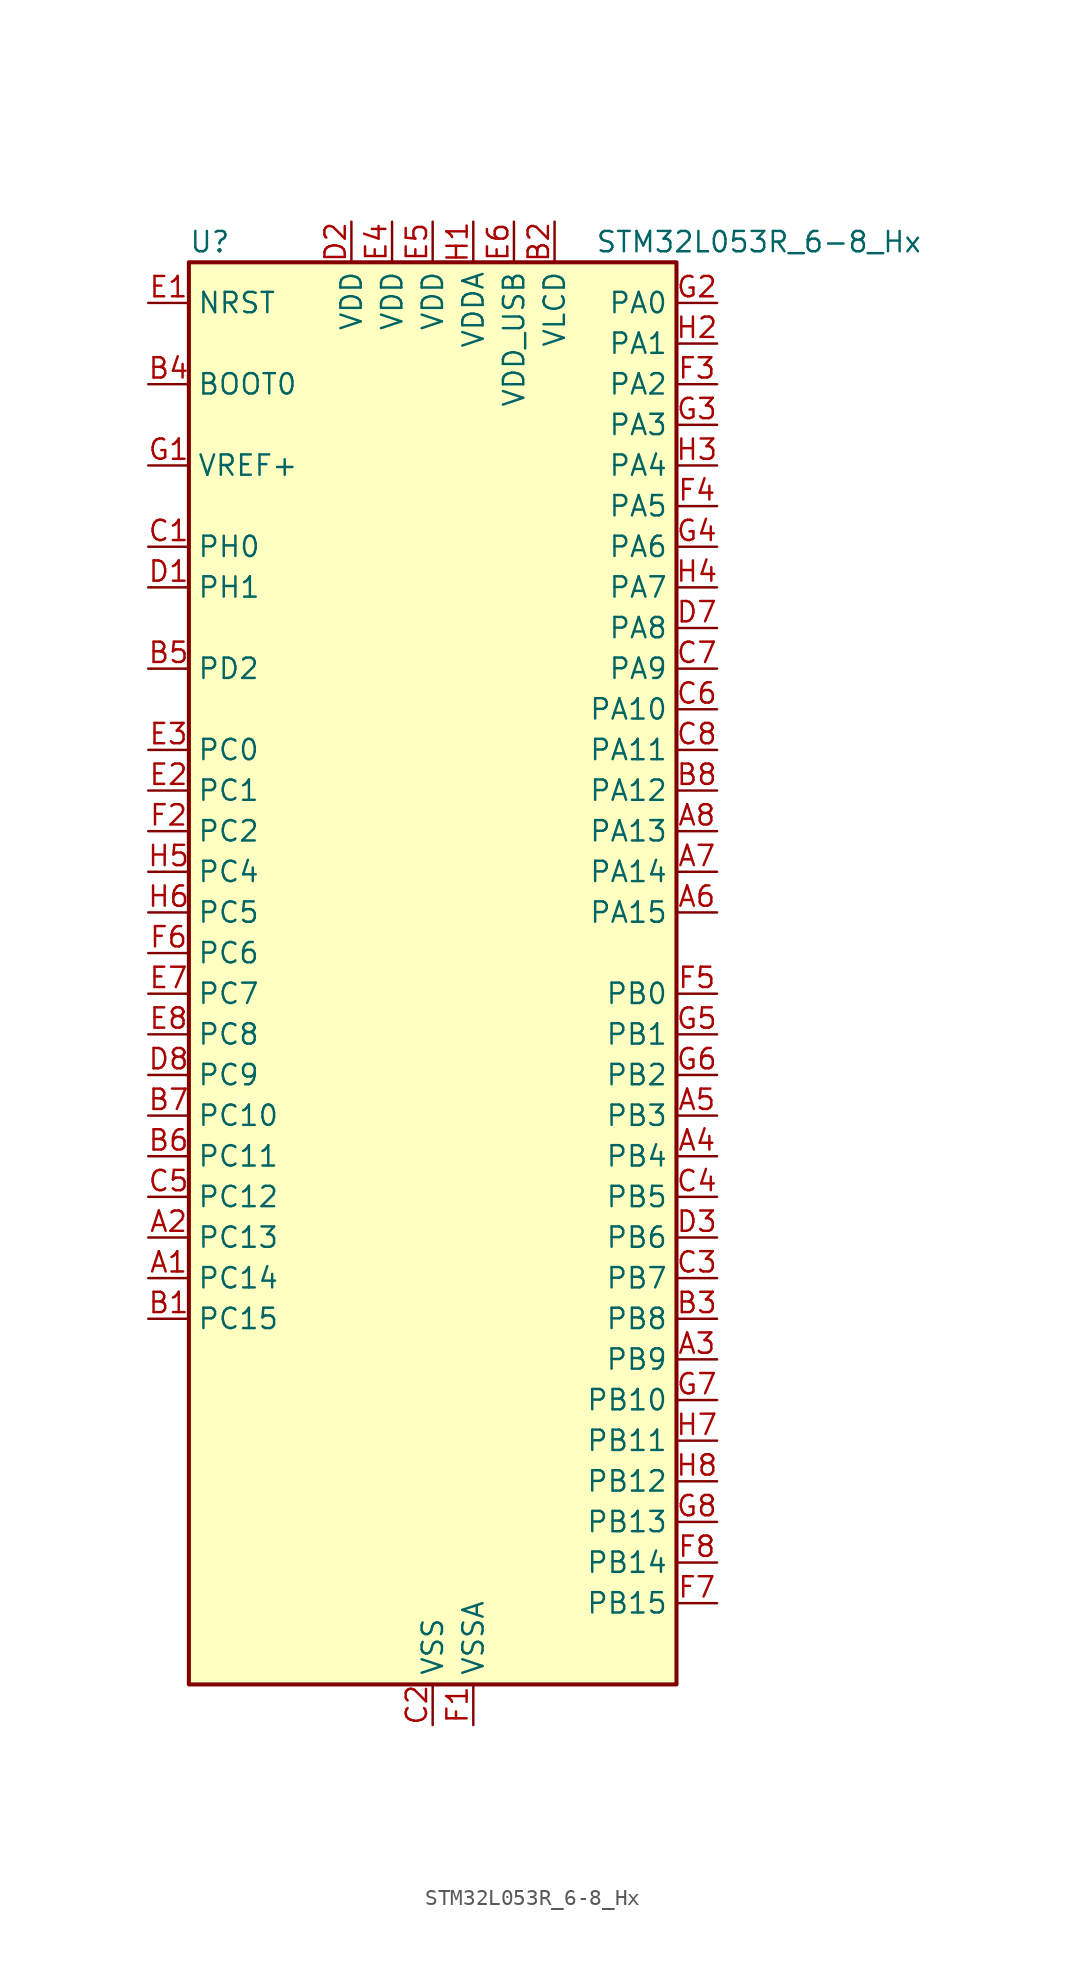
<source format=kicad_sym>
(kicad_symbol_lib
  (version 20231120)
  (generator "kicad_symbol_editor")
  (generator_version "8.0")
  (symbol "STM32L053R_6-8_Hx"
    (property "Reference" "U"
      (at -15.24 46.99 0)
      (effects (font (size 1.27 1.27)) (justify left)))
    (property "Value" "STM32L053R_6-8_Hx"
      (at 10.16 46.99 0)
      (effects (font (size 1.27 1.27)) (justify left)))
    (property "ki_locked" ""
      (at 0 0 0)
      (effects (font (size 1.27 1.27))))
    (symbol "STM32L053R_6-8_Hx_0_1"
      (rectangle (start -15.24 -43.18) (end 15.24 45.72) (stroke (width 0.254) (type default)) (fill (type background))))
    (symbol "STM32L053R_6-8_Hx_1_1"
      (pin bidirectional line (at -17.78 -17.78 0) (length 2.54) (name "PC14" (effects (font (size 1.27 1.27)))) (number "A1" (effects (font (size 1.27 1.27)))) (alternate "RCC_OSC32_IN" bidirectional line))
      (pin bidirectional line (at -17.78 -15.24 0) (length 2.54) (name "PC13" (effects (font (size 1.27 1.27)))) (number "A2" (effects (font (size 1.27 1.27)))) (alternate "RTC_OUT_ALARM" bidirectional line) (alternate "RTC_OUT_CALIB" bidirectional line) (alternate "RTC_TAMP1" bidirectional line) (alternate "RTC_TS" bidirectional line) (alternate "SYS_WKUP2" bidirectional line))
      (pin bidirectional line (at 17.78 -22.86 180) (length 2.54) (name "PB9" (effects (font (size 1.27 1.27)))) (number "A3" (effects (font (size 1.27 1.27)))) (alternate "DAC_EXTI9" bidirectional line) (alternate "I2C1_SDA" bidirectional line) (alternate "I2S2_WS" bidirectional line) (alternate "LCD_COM3" bidirectional line) (alternate "SPI2_NSS" bidirectional line))
      (pin bidirectional line (at 17.78 -10.16 180) (length 2.54) (name "PB4" (effects (font (size 1.27 1.27)))) (number "A4" (effects (font (size 1.27 1.27)))) (alternate "COMP2_INP" bidirectional line) (alternate "LCD_SEG8" bidirectional line) (alternate "SPI1_MISO" bidirectional line) (alternate "TIM22_CH1" bidirectional line) (alternate "TSC_G5_IO2" bidirectional line))
      (pin bidirectional line (at 17.78 -7.62 180) (length 2.54) (name "PB3" (effects (font (size 1.27 1.27)))) (number "A5" (effects (font (size 1.27 1.27)))) (alternate "COMP2_INM" bidirectional line) (alternate "LCD_SEG7" bidirectional line) (alternate "SPI1_SCK" bidirectional line) (alternate "TIM2_CH2" bidirectional line) (alternate "TSC_G5_IO1" bidirectional line))
      (pin bidirectional line (at 17.78 5.08 180) (length 2.54) (name "PA15" (effects (font (size 1.27 1.27)))) (number "A6" (effects (font (size 1.27 1.27)))) (alternate "LCD_SEG17" bidirectional line) (alternate "SPI1_NSS" bidirectional line) (alternate "TIM2_CH1" bidirectional line) (alternate "TIM2_ETR" bidirectional line) (alternate "USART2_RX" bidirectional line))
      (pin bidirectional line (at 17.78 7.62 180) (length 2.54) (name "PA14" (effects (font (size 1.27 1.27)))) (number "A7" (effects (font (size 1.27 1.27)))) (alternate "SYS_SWCLK" bidirectional line) (alternate "USART2_TX" bidirectional line))
      (pin bidirectional line (at 17.78 10.16 180) (length 2.54) (name "PA13" (effects (font (size 1.27 1.27)))) (number "A8" (effects (font (size 1.27 1.27)))) (alternate "SYS_SWDIO" bidirectional line) (alternate "USB_NOE" bidirectional line))
      (pin bidirectional line (at -17.78 -20.32 0) (length 2.54) (name "PC15" (effects (font (size 1.27 1.27)))) (number "B1" (effects (font (size 1.27 1.27)))) (alternate "RCC_OSC32_OUT" bidirectional line))
      (pin power_in line (at 7.62 48.26 270) (length 2.54) (name "VLCD" (effects (font (size 1.27 1.27)))) (number "B2" (effects (font (size 1.27 1.27)))))
      (pin bidirectional line (at 17.78 -20.32 180) (length 2.54) (name "PB8" (effects (font (size 1.27 1.27)))) (number "B3" (effects (font (size 1.27 1.27)))) (alternate "I2C1_SCL" bidirectional line) (alternate "LCD_SEG16" bidirectional line) (alternate "TSC_SYNC" bidirectional line))
      (pin input line (at -17.78 38.1 0) (length 2.54) (name "BOOT0" (effects (font (size 1.27 1.27)))) (number "B4" (effects (font (size 1.27 1.27)))))
      (pin bidirectional line (at -17.78 20.32 0) (length 2.54) (name "PD2" (effects (font (size 1.27 1.27)))) (number "B5" (effects (font (size 1.27 1.27)))) (alternate "LCD_COM7" bidirectional line) (alternate "LCD_SEG31" bidirectional line) (alternate "LPUART1_DE" bidirectional line) (alternate "LPUART1_RTS" bidirectional line))
      (pin bidirectional line (at -17.78 -10.16 0) (length 2.54) (name "PC11" (effects (font (size 1.27 1.27)))) (number "B6" (effects (font (size 1.27 1.27)))) (alternate "ADC_EXTI11" bidirectional line) (alternate "LCD_COM5" bidirectional line) (alternate "LCD_SEG29" bidirectional line) (alternate "LPUART1_RX" bidirectional line))
      (pin bidirectional line (at -17.78 -7.62 0) (length 2.54) (name "PC10" (effects (font (size 1.27 1.27)))) (number "B7" (effects (font (size 1.27 1.27)))) (alternate "LCD_COM4" bidirectional line) (alternate "LCD_SEG28" bidirectional line) (alternate "LPUART1_TX" bidirectional line))
      (pin bidirectional line (at 17.78 12.7 180) (length 2.54) (name "PA12" (effects (font (size 1.27 1.27)))) (number "B8" (effects (font (size 1.27 1.27)))) (alternate "COMP2_OUT" bidirectional line) (alternate "SPI1_MOSI" bidirectional line) (alternate "TSC_G4_IO4" bidirectional line) (alternate "USART1_DE" bidirectional line) (alternate "USART1_RTS" bidirectional line) (alternate "USB_DP" bidirectional line))
      (pin bidirectional line (at -17.78 27.94 0) (length 2.54) (name "PH0" (effects (font (size 1.27 1.27)))) (number "C1" (effects (font (size 1.27 1.27)))) (alternate "CRS_SYNC" bidirectional line) (alternate "RCC_OSC_IN" bidirectional line))
      (pin power_in line (at 0 -45.72 90) (length 2.54) (name "VSS" (effects (font (size 1.27 1.27)))) (number "C2" (effects (font (size 1.27 1.27)))))
      (pin bidirectional line (at 17.78 -17.78 180) (length 2.54) (name "PB7" (effects (font (size 1.27 1.27)))) (number "C3" (effects (font (size 1.27 1.27)))) (alternate "COMP2_INP" bidirectional line) (alternate "I2C1_SDA" bidirectional line) (alternate "LPTIM1_IN2" bidirectional line) (alternate "SYS_PVD_IN" bidirectional line) (alternate "TSC_G5_IO4" bidirectional line) (alternate "USART1_RX" bidirectional line))
      (pin bidirectional line (at 17.78 -12.7 180) (length 2.54) (name "PB5" (effects (font (size 1.27 1.27)))) (number "C4" (effects (font (size 1.27 1.27)))) (alternate "COMP2_INP" bidirectional line) (alternate "I2C1_SMBA" bidirectional line) (alternate "LCD_SEG9" bidirectional line) (alternate "LPTIM1_IN1" bidirectional line) (alternate "SPI1_MOSI" bidirectional line) (alternate "TIM22_CH2" bidirectional line))
      (pin bidirectional line (at -17.78 -12.7 0) (length 2.54) (name "PC12" (effects (font (size 1.27 1.27)))) (number "C5" (effects (font (size 1.27 1.27)))) (alternate "LCD_COM6" bidirectional line) (alternate "LCD_SEG30" bidirectional line))
      (pin bidirectional line (at 17.78 17.78 180) (length 2.54) (name "PA10" (effects (font (size 1.27 1.27)))) (number "C6" (effects (font (size 1.27 1.27)))) (alternate "LCD_COM2" bidirectional line) (alternate "TSC_G4_IO2" bidirectional line) (alternate "USART1_RX" bidirectional line))
      (pin bidirectional line (at 17.78 20.32 180) (length 2.54) (name "PA9" (effects (font (size 1.27 1.27)))) (number "C7" (effects (font (size 1.27 1.27)))) (alternate "DAC_EXTI9" bidirectional line) (alternate "LCD_COM1" bidirectional line) (alternate "RCC_MCO" bidirectional line) (alternate "TSC_G4_IO1" bidirectional line) (alternate "USART1_TX" bidirectional line))
      (pin bidirectional line (at 17.78 15.24 180) (length 2.54) (name "PA11" (effects (font (size 1.27 1.27)))) (number "C8" (effects (font (size 1.27 1.27)))) (alternate "ADC_EXTI11" bidirectional line) (alternate "COMP1_OUT" bidirectional line) (alternate "SPI1_MISO" bidirectional line) (alternate "TSC_G4_IO3" bidirectional line) (alternate "USART1_CTS" bidirectional line) (alternate "USB_DM" bidirectional line))
      (pin bidirectional line (at -17.78 25.4 0) (length 2.54) (name "PH1" (effects (font (size 1.27 1.27)))) (number "D1" (effects (font (size 1.27 1.27)))) (alternate "RCC_OSC_OUT" bidirectional line))
      (pin power_in line (at -5.08 48.26 270) (length 2.54) (name "VDD" (effects (font (size 1.27 1.27)))) (number "D2" (effects (font (size 1.27 1.27)))))
      (pin bidirectional line (at 17.78 -15.24 180) (length 2.54) (name "PB6" (effects (font (size 1.27 1.27)))) (number "D3" (effects (font (size 1.27 1.27)))) (alternate "COMP2_INP" bidirectional line) (alternate "I2C1_SCL" bidirectional line) (alternate "LPTIM1_ETR" bidirectional line) (alternate "TSC_G5_IO3" bidirectional line) (alternate "USART1_TX" bidirectional line))
      (pin passive line (at 0 -45.72 90) (length 2.54) hide (name "VSS" (effects (font (size 1.27 1.27)))) (number "D4" (effects (font (size 1.27 1.27)))))
      (pin passive line (at 0 -45.72 90) (length 2.54) hide (name "VSS" (effects (font (size 1.27 1.27)))) (number "D5" (effects (font (size 1.27 1.27)))))
      (pin passive line (at 0 -45.72 90) (length 2.54) hide (name "VSS" (effects (font (size 1.27 1.27)))) (number "D6" (effects (font (size 1.27 1.27)))))
      (pin bidirectional line (at 17.78 22.86 180) (length 2.54) (name "PA8" (effects (font (size 1.27 1.27)))) (number "D7" (effects (font (size 1.27 1.27)))) (alternate "CRS_SYNC" bidirectional line) (alternate "LCD_COM0" bidirectional line) (alternate "RCC_MCO" bidirectional line) (alternate "USART1_CK" bidirectional line))
      (pin bidirectional line (at -17.78 -5.08 0) (length 2.54) (name "PC9" (effects (font (size 1.27 1.27)))) (number "D8" (effects (font (size 1.27 1.27)))) (alternate "DAC_EXTI9" bidirectional line) (alternate "LCD_SEG27" bidirectional line) (alternate "TIM21_ETR" bidirectional line) (alternate "TSC_G8_IO4" bidirectional line) (alternate "USB_NOE" bidirectional line))
      (pin input line (at -17.78 43.18 0) (length 2.54) (name "NRST" (effects (font (size 1.27 1.27)))) (number "E1" (effects (font (size 1.27 1.27)))))
      (pin bidirectional line (at -17.78 12.7 0) (length 2.54) (name "PC1" (effects (font (size 1.27 1.27)))) (number "E2" (effects (font (size 1.27 1.27)))) (alternate "ADC_IN11" bidirectional line) (alternate "LCD_SEG19" bidirectional line) (alternate "LPTIM1_OUT" bidirectional line) (alternate "TSC_G7_IO2" bidirectional line))
      (pin bidirectional line (at -17.78 15.24 0) (length 2.54) (name "PC0" (effects (font (size 1.27 1.27)))) (number "E3" (effects (font (size 1.27 1.27)))) (alternate "ADC_IN10" bidirectional line) (alternate "LCD_SEG18" bidirectional line) (alternate "LPTIM1_IN1" bidirectional line) (alternate "TSC_G7_IO1" bidirectional line))
      (pin power_in line (at -2.54 48.26 270) (length 2.54) (name "VDD" (effects (font (size 1.27 1.27)))) (number "E4" (effects (font (size 1.27 1.27)))))
      (pin power_in line (at 0 48.26 270) (length 2.54) (name "VDD" (effects (font (size 1.27 1.27)))) (number "E5" (effects (font (size 1.27 1.27)))))
      (pin power_in line (at 5.08 48.26 270) (length 2.54) (name "VDD_USB" (effects (font (size 1.27 1.27)))) (number "E6" (effects (font (size 1.27 1.27)))))
      (pin bidirectional line (at -17.78 0 0) (length 2.54) (name "PC7" (effects (font (size 1.27 1.27)))) (number "E7" (effects (font (size 1.27 1.27)))) (alternate "LCD_SEG25" bidirectional line) (alternate "TIM22_CH2" bidirectional line) (alternate "TSC_G8_IO2" bidirectional line))
      (pin bidirectional line (at -17.78 -2.54 0) (length 2.54) (name "PC8" (effects (font (size 1.27 1.27)))) (number "E8" (effects (font (size 1.27 1.27)))) (alternate "LCD_SEG26" bidirectional line) (alternate "TIM22_ETR" bidirectional line) (alternate "TSC_G8_IO3" bidirectional line))
      (pin power_in line (at 2.54 -45.72 90) (length 2.54) (name "VSSA" (effects (font (size 1.27 1.27)))) (number "F1" (effects (font (size 1.27 1.27)))))
      (pin bidirectional line (at -17.78 10.16 0) (length 2.54) (name "PC2" (effects (font (size 1.27 1.27)))) (number "F2" (effects (font (size 1.27 1.27)))) (alternate "ADC_IN12" bidirectional line) (alternate "I2S2_MCK" bidirectional line) (alternate "LCD_SEG20" bidirectional line) (alternate "LPTIM1_IN2" bidirectional line) (alternate "SPI2_MISO" bidirectional line) (alternate "TSC_G7_IO3" bidirectional line))
      (pin bidirectional line (at 17.78 38.1 180) (length 2.54) (name "PA2" (effects (font (size 1.27 1.27)))) (number "F3" (effects (font (size 1.27 1.27)))) (alternate "ADC_IN2" bidirectional line) (alternate "COMP2_INM" bidirectional line) (alternate "COMP2_OUT" bidirectional line) (alternate "LCD_SEG1" bidirectional line) (alternate "TIM21_CH1" bidirectional line) (alternate "TIM2_CH3" bidirectional line) (alternate "TSC_G1_IO3" bidirectional line) (alternate "USART2_TX" bidirectional line))
      (pin bidirectional line (at 17.78 30.48 180) (length 2.54) (name "PA5" (effects (font (size 1.27 1.27)))) (number "F4" (effects (font (size 1.27 1.27)))) (alternate "ADC_IN5" bidirectional line) (alternate "COMP1_INM" bidirectional line) (alternate "COMP2_INM" bidirectional line) (alternate "SPI1_SCK" bidirectional line) (alternate "TIM2_CH1" bidirectional line) (alternate "TIM2_ETR" bidirectional line) (alternate "TSC_G2_IO2" bidirectional line))
      (pin bidirectional line (at 17.78 0 180) (length 2.54) (name "PB0" (effects (font (size 1.27 1.27)))) (number "F5" (effects (font (size 1.27 1.27)))) (alternate "ADC_IN8" bidirectional line) (alternate "LCD_SEG5" bidirectional line) (alternate "LCD_VLCD3" bidirectional line) (alternate "SYS_VREF_OUT_PB0" bidirectional line) (alternate "TSC_G3_IO2" bidirectional line))
      (pin bidirectional line (at -17.78 2.54 0) (length 2.54) (name "PC6" (effects (font (size 1.27 1.27)))) (number "F6" (effects (font (size 1.27 1.27)))) (alternate "LCD_SEG24" bidirectional line) (alternate "TIM22_CH1" bidirectional line) (alternate "TSC_G8_IO1" bidirectional line))
      (pin bidirectional line (at 17.78 -38.1 180) (length 2.54) (name "PB15" (effects (font (size 1.27 1.27)))) (number "F7" (effects (font (size 1.27 1.27)))) (alternate "I2S2_SD" bidirectional line) (alternate "LCD_SEG15" bidirectional line) (alternate "RTC_REFIN" bidirectional line) (alternate "SPI2_MOSI" bidirectional line))
      (pin bidirectional line (at 17.78 -35.56 180) (length 2.54) (name "PB14" (effects (font (size 1.27 1.27)))) (number "F8" (effects (font (size 1.27 1.27)))) (alternate "I2C2_SDA" bidirectional line) (alternate "I2S2_MCK" bidirectional line) (alternate "LCD_SEG14" bidirectional line) (alternate "LPUART1_DE" bidirectional line) (alternate "LPUART1_RTS" bidirectional line) (alternate "RTC_OUT_ALARM" bidirectional line) (alternate "RTC_OUT_CALIB" bidirectional line) (alternate "SPI2_MISO" bidirectional line) (alternate "TIM21_CH2" bidirectional line) (alternate "TSC_G6_IO4" bidirectional line))
      (pin input line (at -17.78 33.02 0) (length 2.54) (name "VREF+" (effects (font (size 1.27 1.27)))) (number "G1" (effects (font (size 1.27 1.27)))))
      (pin bidirectional line (at 17.78 43.18 180) (length 2.54) (name "PA0" (effects (font (size 1.27 1.27)))) (number "G2" (effects (font (size 1.27 1.27)))) (alternate "ADC_IN0" bidirectional line) (alternate "COMP1_INM" bidirectional line) (alternate "COMP1_OUT" bidirectional line) (alternate "RTC_TAMP2" bidirectional line) (alternate "SYS_WKUP1" bidirectional line) (alternate "TIM2_CH1" bidirectional line) (alternate "TIM2_ETR" bidirectional line) (alternate "TSC_G1_IO1" bidirectional line) (alternate "USART2_CTS" bidirectional line))
      (pin bidirectional line (at 17.78 35.56 180) (length 2.54) (name "PA3" (effects (font (size 1.27 1.27)))) (number "G3" (effects (font (size 1.27 1.27)))) (alternate "ADC_IN3" bidirectional line) (alternate "COMP2_INP" bidirectional line) (alternate "LCD_SEG2" bidirectional line) (alternate "TIM21_CH2" bidirectional line) (alternate "TIM2_CH4" bidirectional line) (alternate "TSC_G1_IO4" bidirectional line) (alternate "USART2_RX" bidirectional line))
      (pin bidirectional line (at 17.78 27.94 180) (length 2.54) (name "PA6" (effects (font (size 1.27 1.27)))) (number "G4" (effects (font (size 1.27 1.27)))) (alternate "ADC_IN6" bidirectional line) (alternate "COMP1_OUT" bidirectional line) (alternate "LCD_SEG3" bidirectional line) (alternate "LPUART1_CTS" bidirectional line) (alternate "SPI1_MISO" bidirectional line) (alternate "TIM22_CH1" bidirectional line) (alternate "TSC_G2_IO3" bidirectional line))
      (pin bidirectional line (at 17.78 -2.54 180) (length 2.54) (name "PB1" (effects (font (size 1.27 1.27)))) (number "G5" (effects (font (size 1.27 1.27)))) (alternate "ADC_IN9" bidirectional line) (alternate "LCD_SEG6" bidirectional line) (alternate "LPUART1_DE" bidirectional line) (alternate "LPUART1_RTS" bidirectional line) (alternate "SYS_VREF_OUT_PB1" bidirectional line) (alternate "TSC_G3_IO3" bidirectional line))
      (pin bidirectional line (at 17.78 -5.08 180) (length 2.54) (name "PB2" (effects (font (size 1.27 1.27)))) (number "G6" (effects (font (size 1.27 1.27)))) (alternate "LCD_VLCD2" bidirectional line) (alternate "LPTIM1_OUT" bidirectional line) (alternate "TSC_G3_IO4" bidirectional line))
      (pin bidirectional line (at 17.78 -25.4 180) (length 2.54) (name "PB10" (effects (font (size 1.27 1.27)))) (number "G7" (effects (font (size 1.27 1.27)))) (alternate "I2C2_SCL" bidirectional line) (alternate "LCD_SEG10" bidirectional line) (alternate "LPUART1_TX" bidirectional line) (alternate "SPI2_SCK" bidirectional line) (alternate "TIM2_CH3" bidirectional line) (alternate "TSC_SYNC" bidirectional line))
      (pin bidirectional line (at 17.78 -33.02 180) (length 2.54) (name "PB13" (effects (font (size 1.27 1.27)))) (number "G8" (effects (font (size 1.27 1.27)))) (alternate "I2C2_SCL" bidirectional line) (alternate "I2S2_CK" bidirectional line) (alternate "LCD_SEG13" bidirectional line) (alternate "LPUART1_CTS" bidirectional line) (alternate "SPI2_SCK" bidirectional line) (alternate "TIM21_CH1" bidirectional line) (alternate "TSC_G6_IO3" bidirectional line))
      (pin power_in line (at 2.54 48.26 270) (length 2.54) (name "VDDA" (effects (font (size 1.27 1.27)))) (number "H1" (effects (font (size 1.27 1.27)))))
      (pin bidirectional line (at 17.78 40.64 180) (length 2.54) (name "PA1" (effects (font (size 1.27 1.27)))) (number "H2" (effects (font (size 1.27 1.27)))) (alternate "ADC_IN1" bidirectional line) (alternate "COMP1_INP" bidirectional line) (alternate "LCD_SEG0" bidirectional line) (alternate "TIM21_ETR" bidirectional line) (alternate "TIM2_CH2" bidirectional line) (alternate "TSC_G1_IO2" bidirectional line) (alternate "USART2_DE" bidirectional line) (alternate "USART2_RTS" bidirectional line))
      (pin bidirectional line (at 17.78 33.02 180) (length 2.54) (name "PA4" (effects (font (size 1.27 1.27)))) (number "H3" (effects (font (size 1.27 1.27)))) (alternate "ADC_IN4" bidirectional line) (alternate "COMP1_INM" bidirectional line) (alternate "COMP2_INM" bidirectional line) (alternate "DAC_OUT1" bidirectional line) (alternate "SPI1_NSS" bidirectional line) (alternate "TIM22_ETR" bidirectional line) (alternate "TSC_G2_IO1" bidirectional line) (alternate "USART2_CK" bidirectional line))
      (pin bidirectional line (at 17.78 25.4 180) (length 2.54) (name "PA7" (effects (font (size 1.27 1.27)))) (number "H4" (effects (font (size 1.27 1.27)))) (alternate "ADC_IN7" bidirectional line) (alternate "COMP2_OUT" bidirectional line) (alternate "LCD_SEG4" bidirectional line) (alternate "SPI1_MOSI" bidirectional line) (alternate "TIM22_CH2" bidirectional line) (alternate "TSC_G2_IO4" bidirectional line))
      (pin bidirectional line (at -17.78 7.62 0) (length 2.54) (name "PC4" (effects (font (size 1.27 1.27)))) (number "H5" (effects (font (size 1.27 1.27)))) (alternate "ADC_IN14" bidirectional line) (alternate "LCD_SEG22" bidirectional line) (alternate "LPUART1_TX" bidirectional line))
      (pin bidirectional line (at -17.78 5.08 0) (length 2.54) (name "PC5" (effects (font (size 1.27 1.27)))) (number "H6" (effects (font (size 1.27 1.27)))) (alternate "ADC_IN15" bidirectional line) (alternate "LCD_SEG23" bidirectional line) (alternate "LPUART1_RX" bidirectional line) (alternate "TSC_G3_IO1" bidirectional line))
      (pin bidirectional line (at 17.78 -27.94 180) (length 2.54) (name "PB11" (effects (font (size 1.27 1.27)))) (number "H7" (effects (font (size 1.27 1.27)))) (alternate "ADC_EXTI11" bidirectional line) (alternate "I2C2_SDA" bidirectional line) (alternate "LCD_SEG11" bidirectional line) (alternate "LPUART1_RX" bidirectional line) (alternate "TIM2_CH4" bidirectional line) (alternate "TSC_G6_IO1" bidirectional line))
      (pin bidirectional line (at 17.78 -30.48 180) (length 2.54) (name "PB12" (effects (font (size 1.27 1.27)))) (number "H8" (effects (font (size 1.27 1.27)))) (alternate "I2S2_WS" bidirectional line) (alternate "LCD_SEG12" bidirectional line) (alternate "LCD_VLCD1" bidirectional line) (alternate "LPUART1_DE" bidirectional line) (alternate "LPUART1_RTS" bidirectional line) (alternate "SPI2_NSS" bidirectional line) (alternate "TSC_G6_IO2" bidirectional line)))))
</source>
